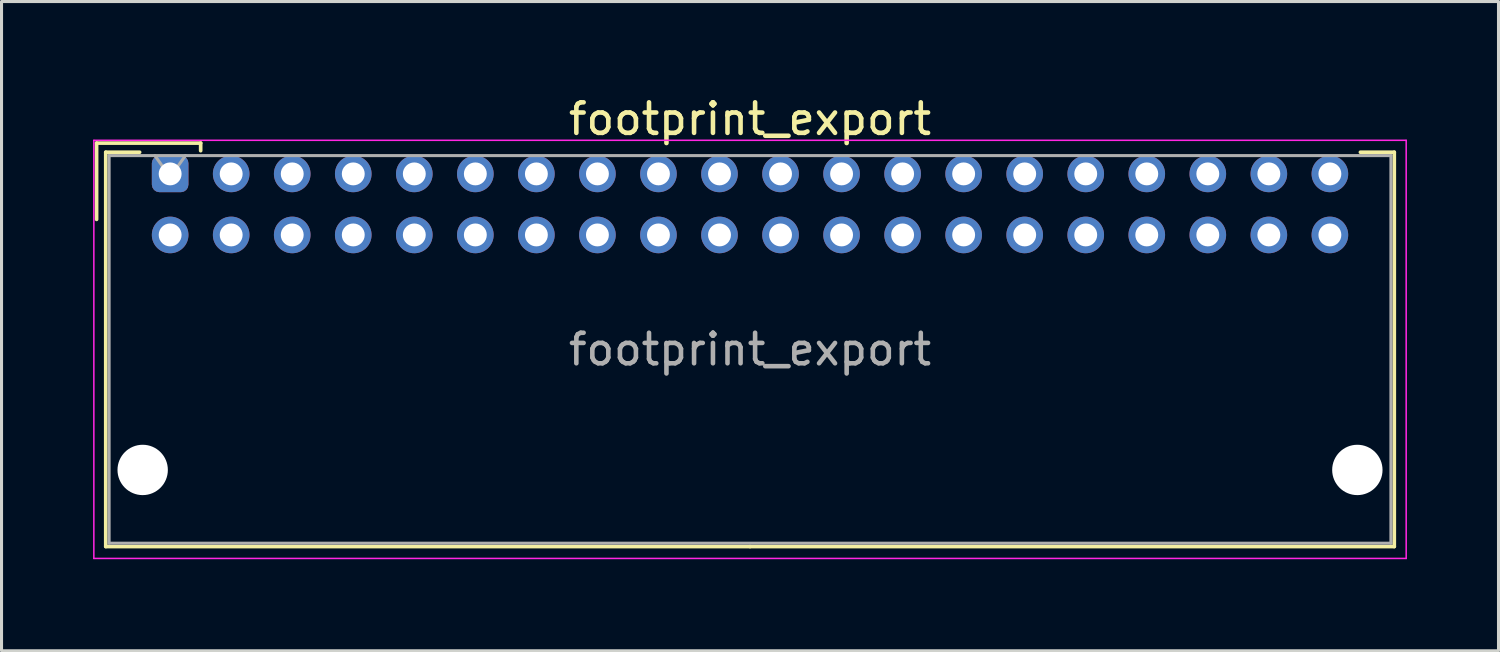
<source format=kicad_pcb>
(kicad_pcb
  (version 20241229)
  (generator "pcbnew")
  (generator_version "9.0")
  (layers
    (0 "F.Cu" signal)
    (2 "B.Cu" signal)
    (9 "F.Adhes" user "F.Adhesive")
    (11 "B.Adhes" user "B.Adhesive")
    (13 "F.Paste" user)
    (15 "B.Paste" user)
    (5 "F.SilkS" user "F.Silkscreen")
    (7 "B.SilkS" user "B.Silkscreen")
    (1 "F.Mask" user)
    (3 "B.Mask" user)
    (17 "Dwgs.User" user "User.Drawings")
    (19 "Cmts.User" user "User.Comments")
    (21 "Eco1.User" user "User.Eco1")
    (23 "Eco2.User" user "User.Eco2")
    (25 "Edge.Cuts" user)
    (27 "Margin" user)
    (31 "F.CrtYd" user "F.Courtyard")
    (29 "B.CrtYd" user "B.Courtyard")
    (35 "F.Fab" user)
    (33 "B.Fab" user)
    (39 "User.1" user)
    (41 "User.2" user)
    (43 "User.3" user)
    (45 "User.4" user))
  (footprint "footprint_export"
    (layer "F.Cu")
    (at 2.525 2.648)
    (property "Reference" "footprint_export" (at 19 -1.8 0) (layer "F.SilkS") (effects (font (size 1 1) (thickness 0.15))))
    (attr through_hole)
    (fp_line (start -2.41 -1.01) (end -2.41 1.49) (stroke (width 0.12) (type solid)) (layer "F.SilkS"))
    (fp_line (start -2.11 -0.71) (end -2.11 12.21) (stroke (width 0.12) (type solid)) (layer "F.SilkS"))
    (fp_line (start -2.11 12.21) (end 19 12.21) (stroke (width 0.12) (type solid)) (layer "F.SilkS"))
    (fp_line (start -1 -0.71) (end -2.11 -0.71) (stroke (width 0.12) (type solid)) (layer "F.SilkS"))
    (fp_line (start 1 -1.01) (end -2.41 -1.01) (stroke (width 0.12) (type solid)) (layer "F.SilkS"))
    (fp_line (start 1 -0.76) (end 1 -1.01) (stroke (width 0.12) (type solid)) (layer "F.SilkS"))
    (fp_line (start 39 -0.71) (end 40.11 -0.71) (stroke (width 0.12) (type solid)) (layer "F.SilkS"))
    (fp_line (start 40.11 -0.71) (end 40.11 12.21) (stroke (width 0.12) (type solid)) (layer "F.SilkS"))
    (fp_line (start 40.11 12.21) (end 19 12.21) (stroke (width 0.12) (type solid)) (layer "F.SilkS"))
    (fp_line (start -2.5 -1.1) (end -2.5 12.6) (stroke (width 0.05) (type solid)) (layer "F.CrtYd"))
    (fp_line (start -2.5 12.6) (end 40.5 12.6) (stroke (width 0.05) (type solid)) (layer "F.CrtYd"))
    (fp_line (start 40.5 -1.1) (end -2.5 -1.1) (stroke (width 0.05) (type solid)) (layer "F.CrtYd"))
    (fp_line (start 40.5 12.6) (end 40.5 -1.1) (stroke (width 0.05) (type solid)) (layer "F.CrtYd"))
    (fp_line (start -2 -0.6) (end -2 12.1) (stroke (width 0.1) (type solid)) (layer "F.Fab"))
    (fp_line (start -2 12.1) (end 40 12.1) (stroke (width 0.1) (type solid)) (layer "F.Fab"))
    (fp_line (start 0 0.107) (end -0.5 -0.6) (stroke (width 0.1) (type solid)) (layer "F.Fab"))
    (fp_line (start 0.5 -0.6) (end 0 0.107) (stroke (width 0.1) (type solid)) (layer "F.Fab"))
    (fp_line (start 40 -0.6) (end -2 -0.6) (stroke (width 0.1) (type solid)) (layer "F.Fab"))
    (fp_line (start 40 12.1) (end 40 -0.6) (stroke (width 0.1) (type solid)) (layer "F.Fab"))
    (fp_text user "${REFERENCE}" (at 19 5.75 0) (layer "F.Fab") (effects (font (size 1 1) (thickness 0.15))))
    (pad "" np_thru_hole circle (at -0.9 9.7) (size 1.65 1.65) (drill 1.65) (layers "*.Cu" "*.Mask"))
    (pad "" np_thru_hole circle (at 38.9 9.7) (size 1.65 1.65) (drill 1.65) (layers "*.Cu" "*.Mask"))
    (pad "1" thru_hole roundrect (at 0 0) (size 1.2 1.2) (drill 0.75) (layers "*.Cu" "*.Mask") (roundrect_rratio 0.208))
    (pad "2" thru_hole circle (at 0 2) (size 1.2 1.2) (drill 0.75) (layers "*.Cu" "*.Mask"))
    (pad "3" thru_hole circle (at 2 0) (size 1.2 1.2) (drill 0.75) (layers "*.Cu" "*.Mask"))
    (pad "4" thru_hole circle (at 2 2) (size 1.2 1.2) (drill 0.75) (layers "*.Cu" "*.Mask"))
    (pad "5" thru_hole circle (at 4 0) (size 1.2 1.2) (drill 0.75) (layers "*.Cu" "*.Mask"))
    (pad "6" thru_hole circle (at 4 2) (size 1.2 1.2) (drill 0.75) (layers "*.Cu" "*.Mask"))
    (pad "7" thru_hole circle (at 6 0) (size 1.2 1.2) (drill 0.75) (layers "*.Cu" "*.Mask"))
    (pad "8" thru_hole circle (at 6 2) (size 1.2 1.2) (drill 0.75) (layers "*.Cu" "*.Mask"))
    (pad "9" thru_hole circle (at 8 0) (size 1.2 1.2) (drill 0.75) (layers "*.Cu" "*.Mask"))
    (pad "10" thru_hole circle (at 8 2) (size 1.2 1.2) (drill 0.75) (layers "*.Cu" "*.Mask"))
    (pad "11" thru_hole circle (at 10 0) (size 1.2 1.2) (drill 0.75) (layers "*.Cu" "*.Mask"))
    (pad "12" thru_hole circle (at 10 2) (size 1.2 1.2) (drill 0.75) (layers "*.Cu" "*.Mask"))
    (pad "13" thru_hole circle (at 12 0) (size 1.2 1.2) (drill 0.75) (layers "*.Cu" "*.Mask"))
    (pad "14" thru_hole circle (at 12 2) (size 1.2 1.2) (drill 0.75) (layers "*.Cu" "*.Mask"))
    (pad "15" thru_hole circle (at 14 0) (size 1.2 1.2) (drill 0.75) (layers "*.Cu" "*.Mask"))
    (pad "16" thru_hole circle (at 14 2) (size 1.2 1.2) (drill 0.75) (layers "*.Cu" "*.Mask"))
    (pad "17" thru_hole circle (at 16 0) (size 1.2 1.2) (drill 0.75) (layers "*.Cu" "*.Mask"))
    (pad "18" thru_hole circle (at 16 2) (size 1.2 1.2) (drill 0.75) (layers "*.Cu" "*.Mask"))
    (pad "19" thru_hole circle (at 18 0) (size 1.2 1.2) (drill 0.75) (layers "*.Cu" "*.Mask"))
    (pad "20" thru_hole circle (at 18 2) (size 1.2 1.2) (drill 0.75) (layers "*.Cu" "*.Mask"))
    (pad "21" thru_hole circle (at 20 0) (size 1.2 1.2) (drill 0.75) (layers "*.Cu" "*.Mask"))
    (pad "22" thru_hole circle (at 20 2) (size 1.2 1.2) (drill 0.75) (layers "*.Cu" "*.Mask"))
    (pad "23" thru_hole circle (at 22 0) (size 1.2 1.2) (drill 0.75) (layers "*.Cu" "*.Mask"))
    (pad "24" thru_hole circle (at 22 2) (size 1.2 1.2) (drill 0.75) (layers "*.Cu" "*.Mask"))
    (pad "25" thru_hole circle (at 24 0) (size 1.2 1.2) (drill 0.75) (layers "*.Cu" "*.Mask"))
    (pad "26" thru_hole circle (at 24 2) (size 1.2 1.2) (drill 0.75) (layers "*.Cu" "*.Mask"))
    (pad "27" thru_hole circle (at 26 0) (size 1.2 1.2) (drill 0.75) (layers "*.Cu" "*.Mask"))
    (pad "28" thru_hole circle (at 26 2) (size 1.2 1.2) (drill 0.75) (layers "*.Cu" "*.Mask"))
    (pad "29" thru_hole circle (at 28 0) (size 1.2 1.2) (drill 0.75) (layers "*.Cu" "*.Mask"))
    (pad "30" thru_hole circle (at 28 2) (size 1.2 1.2) (drill 0.75) (layers "*.Cu" "*.Mask"))
    (pad "31" thru_hole circle (at 30 0) (size 1.2 1.2) (drill 0.75) (layers "*.Cu" "*.Mask"))
    (pad "32" thru_hole circle (at 30 2) (size 1.2 1.2) (drill 0.75) (layers "*.Cu" "*.Mask"))
    (pad "33" thru_hole circle (at 32 0) (size 1.2 1.2) (drill 0.75) (layers "*.Cu" "*.Mask"))
    (pad "34" thru_hole circle (at 32 2) (size 1.2 1.2) (drill 0.75) (layers "*.Cu" "*.Mask"))
    (pad "35" thru_hole circle (at 34 0) (size 1.2 1.2) (drill 0.75) (layers "*.Cu" "*.Mask"))
    (pad "36" thru_hole circle (at 34 2) (size 1.2 1.2) (drill 0.75) (layers "*.Cu" "*.Mask"))
    (pad "37" thru_hole circle (at 36 0) (size 1.2 1.2) (drill 0.75) (layers "*.Cu" "*.Mask"))
    (pad "38" thru_hole circle (at 36 2) (size 1.2 1.2) (drill 0.75) (layers "*.Cu" "*.Mask"))
    (pad "39" thru_hole circle (at 38 0) (size 1.2 1.2) (drill 0.75) (layers "*.Cu" "*.Mask"))
    (pad "40" thru_hole circle (at 38 2) (size 1.2 1.2) (drill 0.75) (layers "*.Cu" "*.Mask")))
  (gr_rect
    (start -3 -3)
    (end 46.05 18.273)
    (stroke (width 0.1) (type default))
    (fill no)
    (layer "Edge.Cuts")))
</source>
